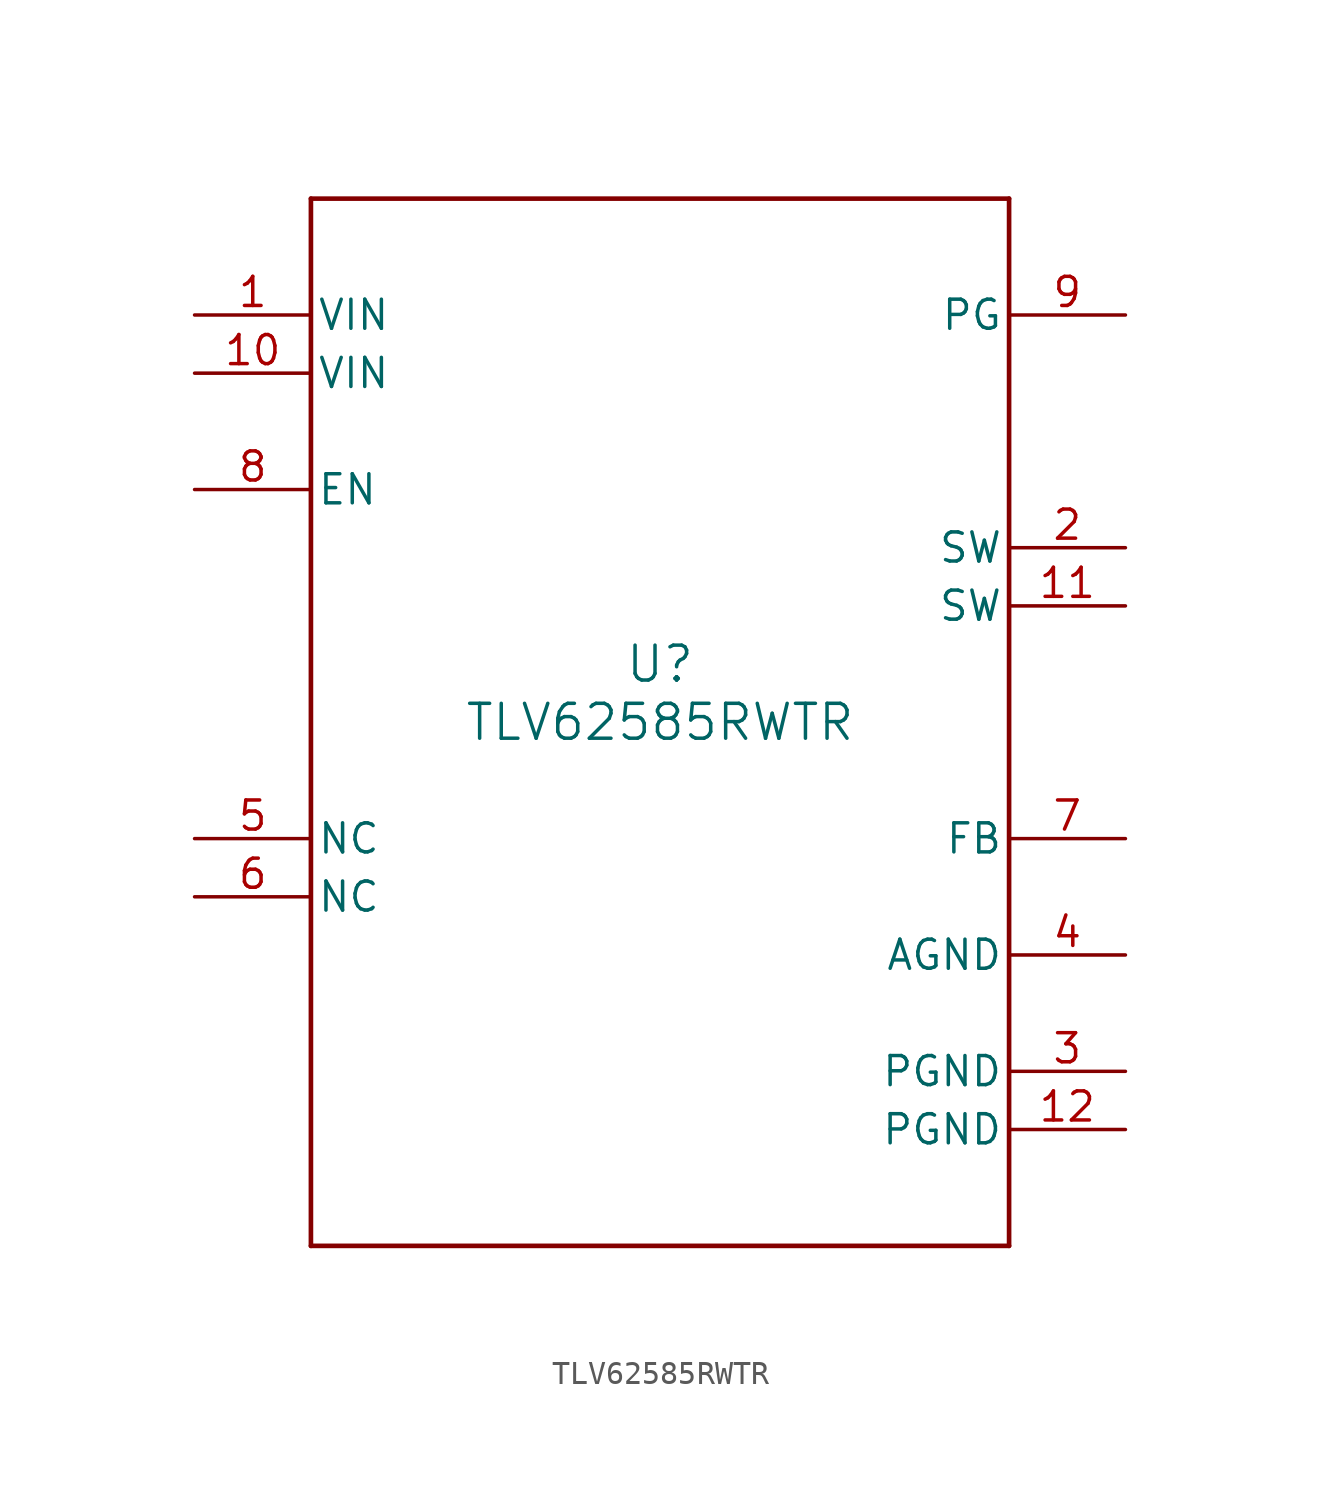
<source format=kicad_sym>
(kicad_symbol_lib
  (version 20211014)
  (generator kicad_symbol_editor)
  (symbol "TLV62585RWTR"
    (pin_names
      (offset 0.254))
    (property "Reference" "U"
      (at 0 2.54 0)
      (effects (font (size 1.524 1.524))))
    (property "Value" "TLV62585RWTR"
      (at 0 0 0)
      (effects (font (size 1.524 1.524))))
    (symbol "TLV62585RWTR_0_1"
      (polyline (pts (xy -15.24 -22.86) (xy 15.24 -22.86)) (stroke (width 0.203) (type default) (color 0 0 0 0)) (fill (type none)))
      (polyline (pts (xy 15.24 -22.86) (xy 15.24 22.86)) (stroke (width 0.203) (type default) (color 0 0 0 0)) (fill (type none)))
      (polyline (pts (xy 15.24 22.86) (xy -15.24 22.86)) (stroke (width 0.203) (type default) (color 0 0 0 0)) (fill (type none)))
      (polyline (pts (xy -15.24 22.86) (xy -15.24 -22.86)) (stroke (width 0.203) (type default) (color 0 0 0 0)) (fill (type none)))
      (pin power_in line (at -20.32 17.78 0) (length 5.08) (name "VIN" (effects (font (size 1.27 1.27)))) (number "1" (effects (font (size 1.27 1.27)))))
      (pin power_in line (at 20.32 7.62 180) (length 5.08) (name "SW" (effects (font (size 1.27 1.27)))) (number "2" (effects (font (size 1.27 1.27)))))
      (pin power_in line (at 20.32 -15.24 180) (length 5.08) (name "PGND" (effects (font (size 1.27 1.27)))) (number "3" (effects (font (size 1.27 1.27)))))
      (pin power_in line (at 20.32 -10.16 180) (length 5.08) (name "AGND" (effects (font (size 1.27 1.27)))) (number "4" (effects (font (size 1.27 1.27)))))
      (pin unspecified line (at -20.32 -5.08 0) (length 5.08) (name "NC" (effects (font (size 1.27 1.27)))) (number "5" (effects (font (size 1.27 1.27)))))
      (pin unspecified line (at -20.32 -7.62 0) (length 5.08) (name "NC" (effects (font (size 1.27 1.27)))) (number "6" (effects (font (size 1.27 1.27)))))
      (pin input line (at 20.32 -5.08 180) (length 5.08) (name "FB" (effects (font (size 1.27 1.27)))) (number "7" (effects (font (size 1.27 1.27)))))
      (pin input line (at -20.32 10.16 0) (length 5.08) (name "EN" (effects (font (size 1.27 1.27)))) (number "8" (effects (font (size 1.27 1.27)))))
      (pin open_collector line (at 20.32 17.78 180) (length 5.08) (name "PG" (effects (font (size 1.27 1.27)))) (number "9" (effects (font (size 1.27 1.27)))))
      (pin power_in line (at -20.32 15.24 0) (length 5.08) (name "VIN" (effects (font (size 1.27 1.27)))) (number "10" (effects (font (size 1.27 1.27)))))
      (pin power_in line (at 20.32 5.08 180) (length 5.08) (name "SW" (effects (font (size 1.27 1.27)))) (number "11" (effects (font (size 1.27 1.27)))))
      (pin power_in line (at 20.32 -17.78 180) (length 5.08) (name "PGND" (effects (font (size 1.27 1.27)))) (number "12" (effects (font (size 1.27 1.27))))))))
</source>
